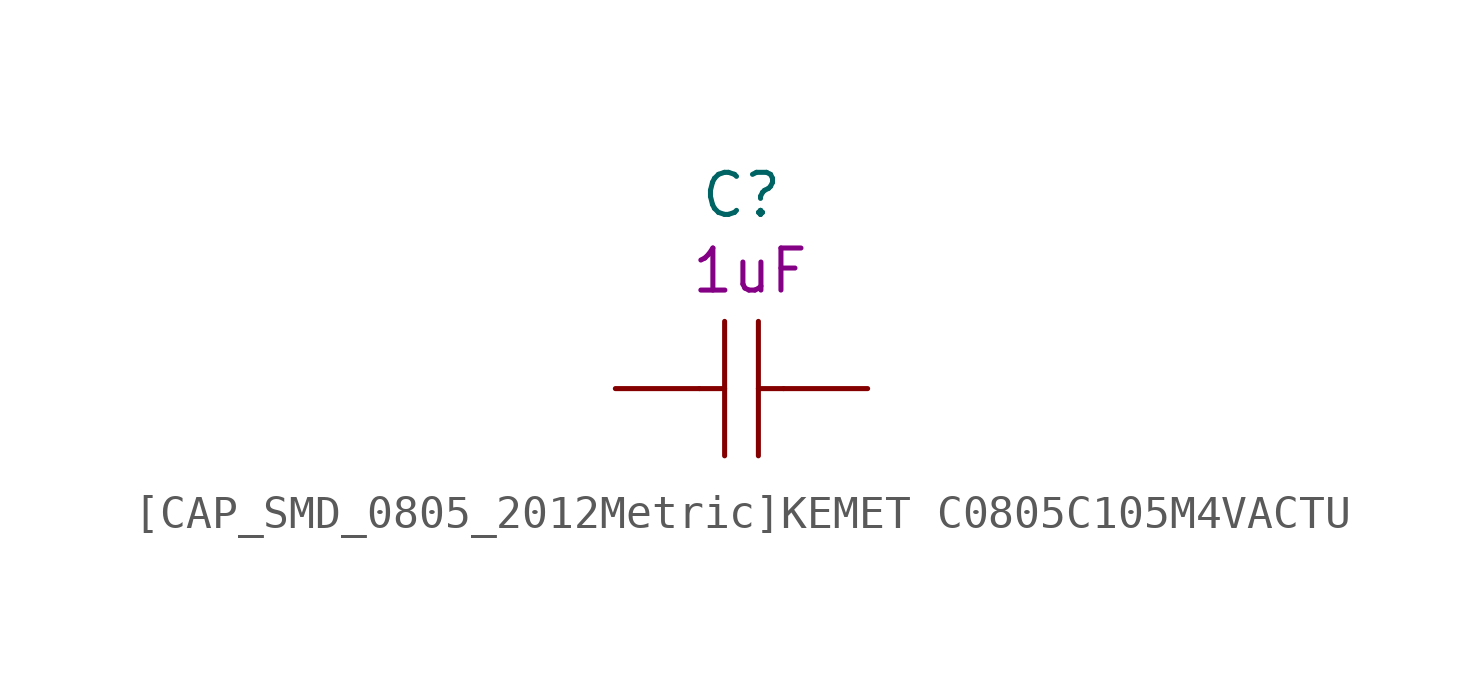
<source format=kicad_sym>
(kicad_symbol_lib
  (version 20231120)
  (generator "kicad_symbol_editor")
  (generator_version "8.0")
  (symbol "[CAP_SMD_0805_2012Metric]KEMET C0805C105M4VACTU"
    (pin_numbers hide)
    (pin_names
      (offset 0.002))
    (property "Reference" "C"
      (at 0 5.842 0)
      (effects (font (size 1.27 1.27))))
    (property "Nvalue" "1uF"
      (at 0.254 3.556 0)
      (effects (font (size 1.27 1.27))))
    (symbol "[CAP_SMD_0805_2012Metric]KEMET C0805C105M4VACTU_0_1"
      (polyline (pts (xy -1.27 0) (xy -0.51 0)) (stroke (width 0) (type default)) (fill (type none)))
      (polyline (pts (xy -0.51 2.03) (xy -0.51 -2.03)) (stroke (width 0) (type default)) (fill (type none)))
      (polyline (pts (xy 0.51 0) (xy 1.27 0)) (stroke (width 0) (type default)) (fill (type none)))
      (polyline (pts (xy 0.51 2.03) (xy 0.51 -2.03)) (stroke (width 0) (type default)) (fill (type none))))
    (symbol "[CAP_SMD_0805_2012Metric]KEMET C0805C105M4VACTU_1_1"
      (pin passive line (at -3.81 0 0) (length 2.54) (name "~" (effects (font (size 1.27 1.27)))) (number "1" (effects (font (size 1.27 1.27)))))
      (pin passive line (at 3.81 0 180) (length 2.54) (name "~" (effects (font (size 1.27 1.27)))) (number "2" (effects (font (size 1.27 1.27))))))))
</source>
